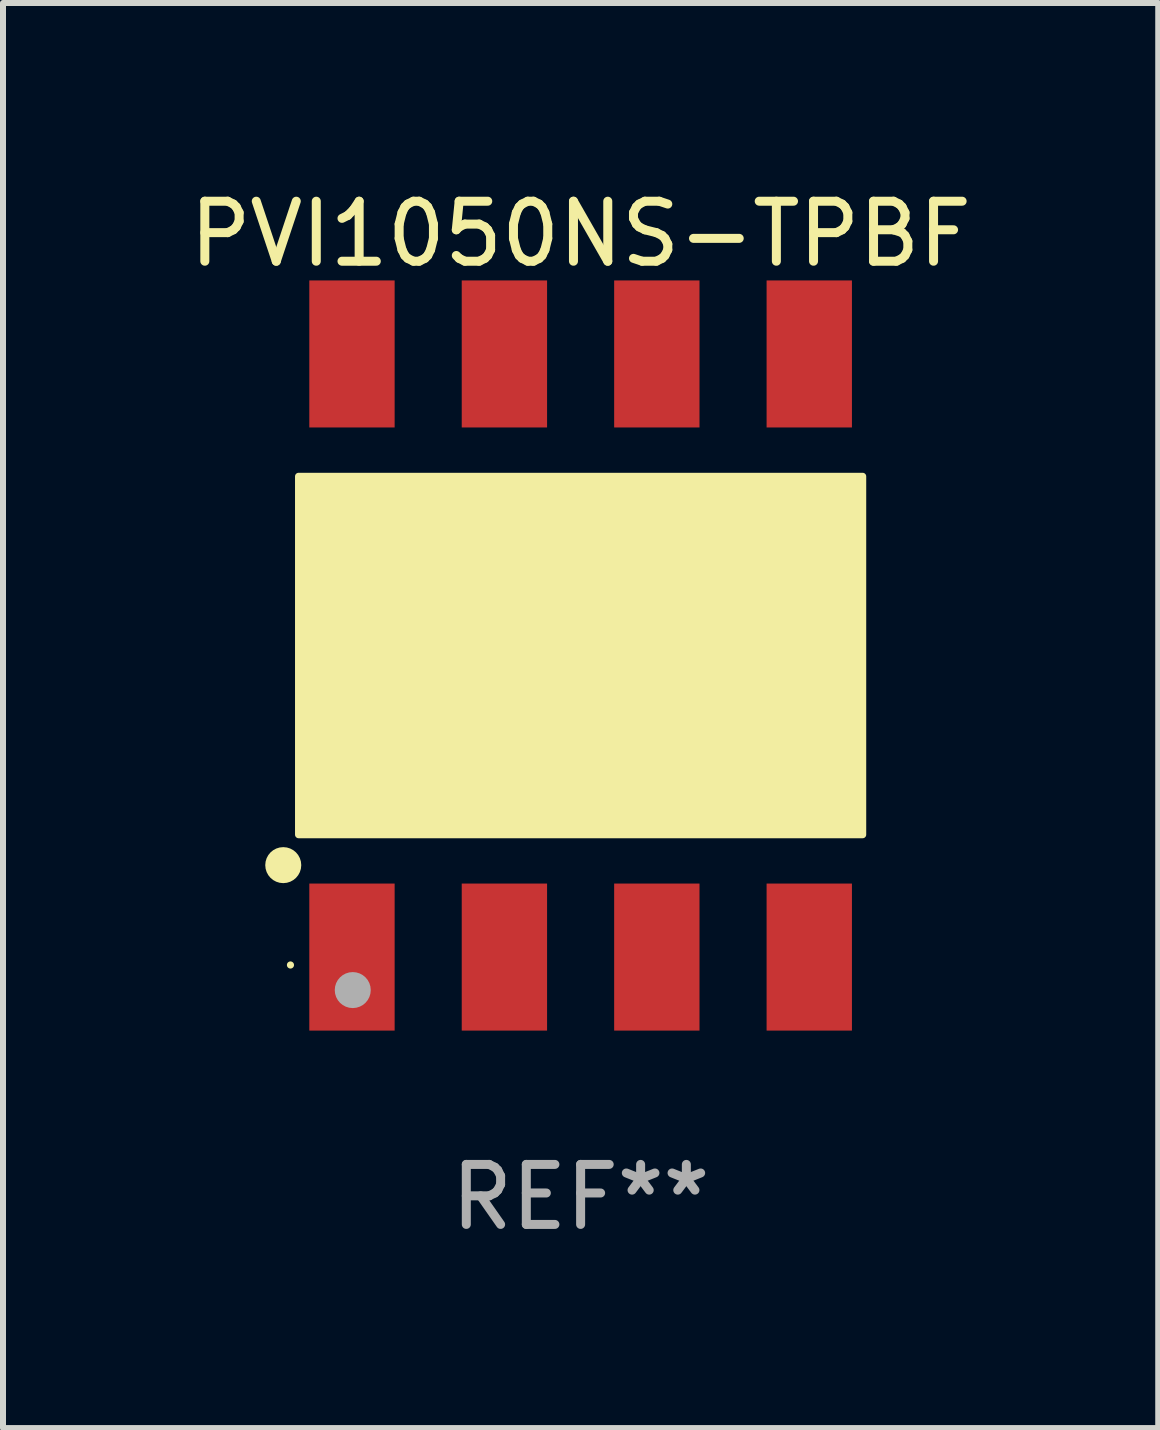
<source format=kicad_pcb>
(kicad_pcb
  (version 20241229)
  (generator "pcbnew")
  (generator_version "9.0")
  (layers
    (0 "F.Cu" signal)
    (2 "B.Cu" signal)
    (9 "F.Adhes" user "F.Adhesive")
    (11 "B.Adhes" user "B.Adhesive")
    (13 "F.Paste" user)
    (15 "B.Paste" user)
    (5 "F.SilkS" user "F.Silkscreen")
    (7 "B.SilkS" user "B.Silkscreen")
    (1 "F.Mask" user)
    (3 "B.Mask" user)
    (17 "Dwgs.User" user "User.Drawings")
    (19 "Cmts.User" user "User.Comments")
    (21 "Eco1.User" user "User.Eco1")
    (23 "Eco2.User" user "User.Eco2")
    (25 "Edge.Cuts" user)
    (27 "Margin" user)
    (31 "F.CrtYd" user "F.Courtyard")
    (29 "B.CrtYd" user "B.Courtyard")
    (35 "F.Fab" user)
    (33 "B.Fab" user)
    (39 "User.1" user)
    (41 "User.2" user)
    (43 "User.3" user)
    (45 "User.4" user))
  (footprint "PVI1050NS-TPBF"
    (layer "F.Cu")
    (at 6.625 7.873)
    (property "Reference" "PVI1050NS-TPBF" (at 0 -7.025 0) (layer "F.SilkS") (effects (font (size 1 1) (thickness 0.15))))
    (attr through_hole)
    (fp_circle (center -4.955 3.493) (end -4.805 3.493) (stroke (width 0.3) (type solid)) (fill no) (layer "F.SilkS"))
    (fp_circle (center -4.835 5.157) (end -4.805 5.157) (stroke (width 0.06) (type solid)) (fill no) (layer "F.SilkS"))
    (fp_poly (pts (xy -4.699 -2.985) (xy 4.699 -2.985) (xy 4.699 2.985) (xy -4.699 2.985)) (stroke (width 0.12) (type solid)) (fill yes) (layer "F.SilkS"))
    (fp_circle (center -3.797 5.575) (end -3.647 5.575) (stroke (width 0.3) (type solid)) (fill no) (layer "F.Fab"))
    (fp_text user "REF**" (at 0 9.025 0) (layer "F.Fab") (effects (font (size 1 1) (thickness 0.15))))
    (pad "1" smd rect (at -3.81 5.025) (size 1.422 2.45) (layers "F.Cu" "F.Mask" "F.Paste"))
    (pad "2" smd rect (at -1.27 5.025) (size 1.422 2.45) (layers "F.Cu" "F.Mask" "F.Paste"))
    (pad "3" smd rect (at 1.27 5.025) (size 1.422 2.45) (layers "F.Cu" "F.Mask" "F.Paste"))
    (pad "4" smd rect (at 3.81 5.025) (size 1.422 2.45) (layers "F.Cu" "F.Mask" "F.Paste"))
    (pad "5" smd rect (at 3.81 -5.025) (size 1.422 2.45) (layers "F.Cu" "F.Mask" "F.Paste"))
    (pad "6" smd rect (at 1.27 -5.025) (size 1.422 2.45) (layers "F.Cu" "F.Mask" "F.Paste"))
    (pad "7" smd rect (at -1.27 -5.025) (size 1.422 2.45) (layers "F.Cu" "F.Mask" "F.Paste"))
    (pad "8" smd rect (at -3.81 -5.025) (size 1.422 2.45) (layers "F.Cu" "F.Mask" "F.Paste")))
  (gr_rect
    (start -3 -3)
    (end 16.25 20.746)
    (stroke (width 0.1) (type default))
    (fill no)
    (layer "Edge.Cuts")))
</source>
